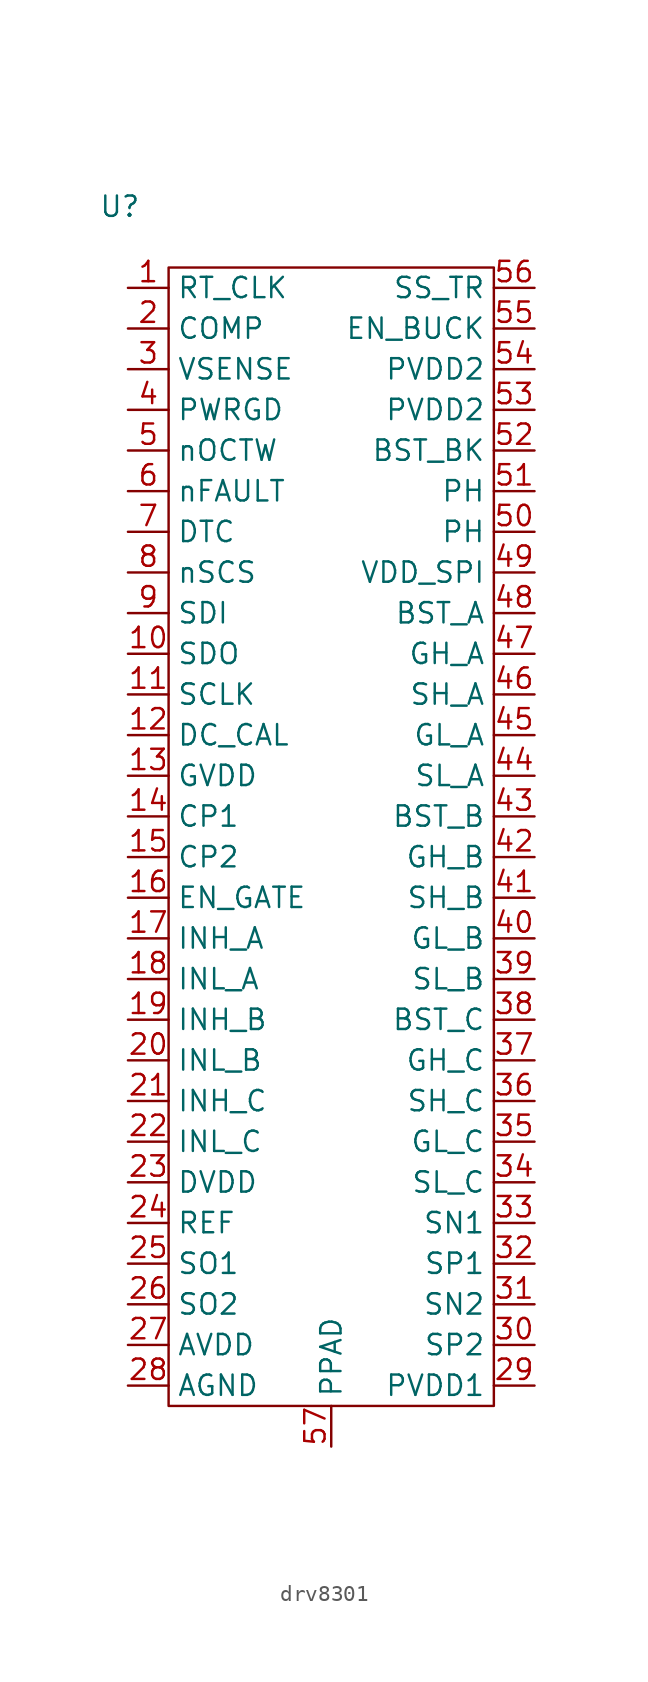
<source format=kicad_sym>
(kicad_symbol_lib
  (version 20231120)
  (generator "kicad_symbol_editor")
  (generator_version "8.0")
  (symbol "drv8301"
    (property "Reference" "U"
      (at -3.048 3.81 0)
      (effects (font (size 1.27 1.27))))
    (property "Value" ""
      (at -2.54 -1.27 0)
      (effects (font (size 1.27 1.27))))
    (symbol "drv8301_0_0"
      (pin unspecified line (at -2.54 -1.27 0) (length 2.54) (name "RT_CLK" (effects (font (size 1.27 1.27)))) (number "1" (effects (font (size 1.27 1.27)))))
      (pin unspecified line (at -2.54 -24.13 0) (length 2.54) (name "SDO" (effects (font (size 1.27 1.27)))) (number "10" (effects (font (size 1.27 1.27)))))
      (pin unspecified line (at -2.54 -26.67 0) (length 2.54) (name "SCLK" (effects (font (size 1.27 1.27)))) (number "11" (effects (font (size 1.27 1.27)))))
      (pin unspecified line (at -2.54 -29.21 0) (length 2.54) (name "DC_CAL" (effects (font (size 1.27 1.27)))) (number "12" (effects (font (size 1.27 1.27)))))
      (pin unspecified line (at -2.54 -31.75 0) (length 2.54) (name "GVDD" (effects (font (size 1.27 1.27)))) (number "13" (effects (font (size 1.27 1.27)))))
      (pin unspecified line (at -2.54 -34.29 0) (length 2.54) (name "CP1" (effects (font (size 1.27 1.27)))) (number "14" (effects (font (size 1.27 1.27)))))
      (pin unspecified line (at -2.54 -36.83 0) (length 2.54) (name "CP2" (effects (font (size 1.27 1.27)))) (number "15" (effects (font (size 1.27 1.27)))))
      (pin unspecified line (at -2.54 -39.37 0) (length 2.54) (name "EN_GATE" (effects (font (size 1.27 1.27)))) (number "16" (effects (font (size 1.27 1.27)))))
      (pin unspecified line (at -2.54 -41.91 0) (length 2.54) (name "INH_A" (effects (font (size 1.27 1.27)))) (number "17" (effects (font (size 1.27 1.27)))))
      (pin unspecified line (at -2.54 -44.45 0) (length 2.54) (name "INL_A" (effects (font (size 1.27 1.27)))) (number "18" (effects (font (size 1.27 1.27)))))
      (pin unspecified line (at -2.54 -46.99 0) (length 2.54) (name "INH_B" (effects (font (size 1.27 1.27)))) (number "19" (effects (font (size 1.27 1.27)))))
      (pin unspecified line (at -2.54 -3.81 0) (length 2.54) (name "COMP" (effects (font (size 1.27 1.27)))) (number "2" (effects (font (size 1.27 1.27)))))
      (pin unspecified line (at -2.54 -49.53 0) (length 2.54) (name "INL_B" (effects (font (size 1.27 1.27)))) (number "20" (effects (font (size 1.27 1.27)))))
      (pin unspecified line (at -2.54 -52.07 0) (length 2.54) (name "INH_C" (effects (font (size 1.27 1.27)))) (number "21" (effects (font (size 1.27 1.27)))))
      (pin unspecified line (at -2.54 -54.61 0) (length 2.54) (name "INL_C" (effects (font (size 1.27 1.27)))) (number "22" (effects (font (size 1.27 1.27)))))
      (pin unspecified line (at -2.54 -57.15 0) (length 2.54) (name "DVDD" (effects (font (size 1.27 1.27)))) (number "23" (effects (font (size 1.27 1.27)))))
      (pin unspecified line (at -2.54 -59.69 0) (length 2.54) (name "REF" (effects (font (size 1.27 1.27)))) (number "24" (effects (font (size 1.27 1.27)))))
      (pin unspecified line (at -2.54 -62.23 0) (length 2.54) (name "SO1" (effects (font (size 1.27 1.27)))) (number "25" (effects (font (size 1.27 1.27)))))
      (pin unspecified line (at -2.54 -64.77 0) (length 2.54) (name "SO2" (effects (font (size 1.27 1.27)))) (number "26" (effects (font (size 1.27 1.27)))))
      (pin unspecified line (at -2.54 -67.31 0) (length 2.54) (name "AVDD" (effects (font (size 1.27 1.27)))) (number "27" (effects (font (size 1.27 1.27)))))
      (pin unspecified line (at -2.54 -69.85 0) (length 2.54) (name "AGND" (effects (font (size 1.27 1.27)))) (number "28" (effects (font (size 1.27 1.27)))))
      (pin unspecified line (at 22.86 -69.85 180) (length 2.54) (name "PVDD1" (effects (font (size 1.27 1.27)))) (number "29" (effects (font (size 1.27 1.27)))))
      (pin unspecified line (at -2.54 -6.35 0) (length 2.54) (name "VSENSE" (effects (font (size 1.27 1.27)))) (number "3" (effects (font (size 1.27 1.27)))))
      (pin unspecified line (at 22.86 -67.31 180) (length 2.54) (name "SP2" (effects (font (size 1.27 1.27)))) (number "30" (effects (font (size 1.27 1.27)))))
      (pin unspecified line (at 22.86 -64.77 180) (length 2.54) (name "SN2" (effects (font (size 1.27 1.27)))) (number "31" (effects (font (size 1.27 1.27)))))
      (pin unspecified line (at 22.86 -62.23 180) (length 2.54) (name "SP1" (effects (font (size 1.27 1.27)))) (number "32" (effects (font (size 1.27 1.27)))))
      (pin unspecified line (at 22.86 -59.69 180) (length 2.54) (name "SN1" (effects (font (size 1.27 1.27)))) (number "33" (effects (font (size 1.27 1.27)))))
      (pin unspecified line (at 22.86 -57.15 180) (length 2.54) (name "SL_C" (effects (font (size 1.27 1.27)))) (number "34" (effects (font (size 1.27 1.27)))))
      (pin unspecified line (at 22.86 -54.61 180) (length 2.54) (name "GL_C" (effects (font (size 1.27 1.27)))) (number "35" (effects (font (size 1.27 1.27)))))
      (pin unspecified line (at 22.86 -52.07 180) (length 2.54) (name "SH_C" (effects (font (size 1.27 1.27)))) (number "36" (effects (font (size 1.27 1.27)))))
      (pin unspecified line (at 22.86 -49.53 180) (length 2.54) (name "GH_C" (effects (font (size 1.27 1.27)))) (number "37" (effects (font (size 1.27 1.27)))))
      (pin unspecified line (at 22.86 -46.99 180) (length 2.54) (name "BST_C" (effects (font (size 1.27 1.27)))) (number "38" (effects (font (size 1.27 1.27)))))
      (pin unspecified line (at 22.86 -44.45 180) (length 2.54) (name "SL_B" (effects (font (size 1.27 1.27)))) (number "39" (effects (font (size 1.27 1.27)))))
      (pin unspecified line (at -2.54 -8.89 0) (length 2.54) (name "PWRGD" (effects (font (size 1.27 1.27)))) (number "4" (effects (font (size 1.27 1.27)))))
      (pin unspecified line (at 22.86 -41.91 180) (length 2.54) (name "GL_B" (effects (font (size 1.27 1.27)))) (number "40" (effects (font (size 1.27 1.27)))))
      (pin unspecified line (at 22.86 -39.37 180) (length 2.54) (name "SH_B" (effects (font (size 1.27 1.27)))) (number "41" (effects (font (size 1.27 1.27)))))
      (pin unspecified line (at 22.86 -36.83 180) (length 2.54) (name "GH_B" (effects (font (size 1.27 1.27)))) (number "42" (effects (font (size 1.27 1.27)))))
      (pin unspecified line (at 22.86 -34.29 180) (length 2.54) (name "BST_B" (effects (font (size 1.27 1.27)))) (number "43" (effects (font (size 1.27 1.27)))))
      (pin unspecified line (at 22.86 -31.75 180) (length 2.54) (name "SL_A" (effects (font (size 1.27 1.27)))) (number "44" (effects (font (size 1.27 1.27)))))
      (pin unspecified line (at 22.86 -29.21 180) (length 2.54) (name "GL_A" (effects (font (size 1.27 1.27)))) (number "45" (effects (font (size 1.27 1.27)))))
      (pin unspecified line (at 22.86 -26.67 180) (length 2.54) (name "SH_A" (effects (font (size 1.27 1.27)))) (number "46" (effects (font (size 1.27 1.27)))))
      (pin unspecified line (at 22.86 -24.13 180) (length 2.54) (name "GH_A" (effects (font (size 1.27 1.27)))) (number "47" (effects (font (size 1.27 1.27)))))
      (pin unspecified line (at 22.86 -21.59 180) (length 2.54) (name "BST_A" (effects (font (size 1.27 1.27)))) (number "48" (effects (font (size 1.27 1.27)))))
      (pin unspecified line (at 22.86 -19.05 180) (length 2.54) (name "VDD_SPI" (effects (font (size 1.27 1.27)))) (number "49" (effects (font (size 1.27 1.27)))))
      (pin unspecified line (at -2.54 -11.43 0) (length 2.54) (name "nOCTW" (effects (font (size 1.27 1.27)))) (number "5" (effects (font (size 1.27 1.27)))))
      (pin unspecified line (at 22.86 -16.51 180) (length 2.54) (name "PH" (effects (font (size 1.27 1.27)))) (number "50" (effects (font (size 1.27 1.27)))))
      (pin unspecified line (at 22.86 -13.97 180) (length 2.54) (name "PH" (effects (font (size 1.27 1.27)))) (number "51" (effects (font (size 1.27 1.27)))))
      (pin unspecified line (at 22.86 -11.43 180) (length 2.54) (name "BST_BK" (effects (font (size 1.27 1.27)))) (number "52" (effects (font (size 1.27 1.27)))))
      (pin unspecified line (at 22.86 -8.89 180) (length 2.54) (name "PVDD2" (effects (font (size 1.27 1.27)))) (number "53" (effects (font (size 1.27 1.27)))))
      (pin unspecified line (at 22.86 -6.35 180) (length 2.54) (name "PVDD2" (effects (font (size 1.27 1.27)))) (number "54" (effects (font (size 1.27 1.27)))))
      (pin unspecified line (at 22.86 -3.81 180) (length 2.54) (name "EN_BUCK" (effects (font (size 1.27 1.27)))) (number "55" (effects (font (size 1.27 1.27)))))
      (pin unspecified line (at 22.86 -1.27 180) (length 2.54) (name "SS_TR" (effects (font (size 1.27 1.27)))) (number "56" (effects (font (size 1.27 1.27)))))
      (pin unspecified line (at 10.16 -73.66 90) (length 2.54) (name "PPAD" (effects (font (size 1.27 1.27)))) (number "57" (effects (font (size 1.27 1.27)))))
      (pin unspecified line (at -2.54 -13.97 0) (length 2.54) (name "nFAULT" (effects (font (size 1.27 1.27)))) (number "6" (effects (font (size 1.27 1.27)))))
      (pin unspecified line (at -2.54 -16.51 0) (length 2.54) (name "DTC" (effects (font (size 1.27 1.27)))) (number "7" (effects (font (size 1.27 1.27)))))
      (pin unspecified line (at -2.54 -19.05 0) (length 2.54) (name "nSCS" (effects (font (size 1.27 1.27)))) (number "8" (effects (font (size 1.27 1.27)))))
      (pin unspecified line (at -2.54 -21.59 0) (length 2.54) (name "SDI" (effects (font (size 1.27 1.27)))) (number "9" (effects (font (size 1.27 1.27))))))
    (symbol "drv8301_1_1"
      (rectangle (start 0 0) (end 20.32 -71.12) (stroke (width 0) (type default)) (fill (type none))))))
</source>
